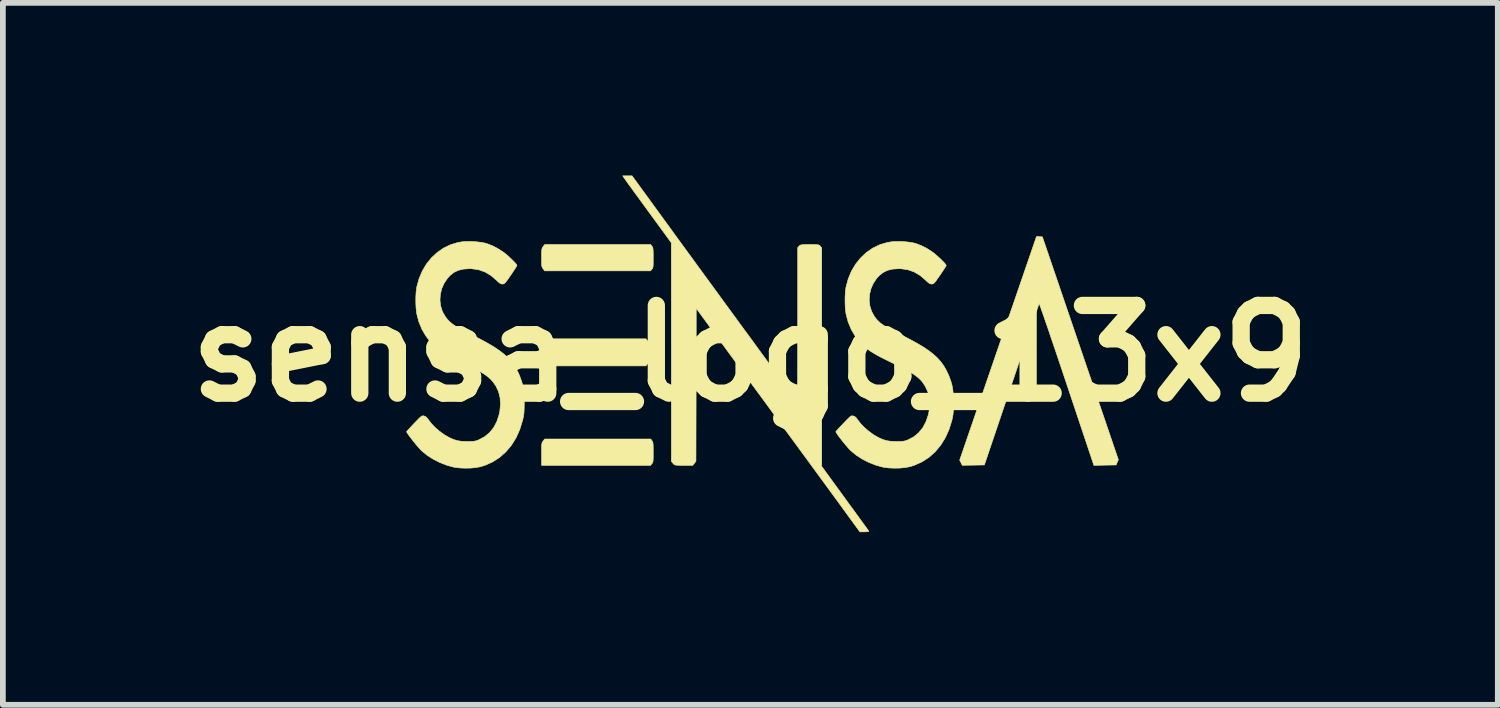
<source format=kicad_pcb>
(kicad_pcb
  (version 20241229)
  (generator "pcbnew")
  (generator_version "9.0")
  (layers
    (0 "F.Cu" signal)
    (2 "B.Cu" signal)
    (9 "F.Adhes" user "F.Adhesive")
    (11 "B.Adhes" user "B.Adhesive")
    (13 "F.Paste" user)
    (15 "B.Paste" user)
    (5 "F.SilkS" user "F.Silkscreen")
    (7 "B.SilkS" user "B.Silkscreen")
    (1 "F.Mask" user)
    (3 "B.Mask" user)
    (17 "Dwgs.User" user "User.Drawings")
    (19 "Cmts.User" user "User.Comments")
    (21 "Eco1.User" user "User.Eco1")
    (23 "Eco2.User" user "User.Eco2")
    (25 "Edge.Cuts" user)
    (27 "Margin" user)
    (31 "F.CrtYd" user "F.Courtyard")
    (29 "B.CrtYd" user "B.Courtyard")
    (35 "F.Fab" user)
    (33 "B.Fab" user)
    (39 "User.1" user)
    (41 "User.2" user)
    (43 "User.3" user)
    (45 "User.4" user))
  (footprint "sensa_logo_13x9"
    (layer "F.Cu")
    (at 9.986 3.091)
    (property "Reference" "sensa_logo_13x9" (at 0 0 0) (layer "F.SilkS") (effects (font (size 1.524 1.524) (thickness 0.3))))
    (attr through_hole)
    (fp_poly (pts (xy -1.709 1.515) (xy -1.7 1.529) (xy -1.694 1.545) (xy -1.69 1.569) (xy -1.688 1.605) (xy -1.687 1.657) (xy -1.687 1.716) (xy -1.687 1.786) (xy -1.688 1.834) (xy -1.69 1.867) (xy -1.694 1.888) (xy -1.701 1.903) (xy -1.71 1.915) (xy -1.71 1.915) (xy -1.734 1.943) (xy -3.627 1.943) (xy -3.627 1.75) (xy -3.627 1.676) (xy -3.626 1.623) (xy -3.625 1.587) (xy -3.621 1.563) (xy -3.616 1.546) (xy -3.608 1.532) (xy -3.6 1.522) (xy -3.573 1.486) (xy -1.731 1.486) (xy -1.709 1.515)) (stroke (width 0.01) (type solid)) (fill yes) (layer "F.SilkS"))
    (fp_poly (pts (xy -1.786 -0.22) (xy -1.775 -0.205) (xy -1.767 -0.191) (xy -1.762 -0.172) (xy -1.759 -0.143) (xy -1.758 -0.1) (xy -1.758 -0.038) (xy -1.758 -0.019) (xy -1.758 0.049) (xy -1.759 0.096) (xy -1.761 0.128) (xy -1.765 0.149) (xy -1.772 0.164) (xy -1.783 0.178) (xy -1.786 0.182) (xy -1.815 0.216) (xy -3.562 0.216) (xy -3.627 0.132) (xy -3.627 -0.022) (xy -3.627 -0.087) (xy -3.626 -0.133) (xy -3.623 -0.163) (xy -3.618 -0.184) (xy -3.609 -0.202) (xy -3.601 -0.215) (xy -3.575 -0.254) (xy -1.815 -0.254) (xy -1.786 -0.22)) (stroke (width 0.01) (type solid)) (fill yes) (layer "F.SilkS"))
    (fp_poly (pts (xy -1.709 -1.863) (xy -1.7 -1.849) (xy -1.694 -1.833) (xy -1.69 -1.809) (xy -1.688 -1.774) (xy -1.687 -1.721) (xy -1.687 -1.662) (xy -1.687 -1.593) (xy -1.688 -1.544) (xy -1.69 -1.511) (xy -1.694 -1.49) (xy -1.701 -1.475) (xy -1.71 -1.463) (xy -1.71 -1.463) (xy -1.734 -1.435) (xy -2.653 -1.435) (xy -3.573 -1.435) (xy -3.6 -1.471) (xy -3.611 -1.487) (xy -3.619 -1.503) (xy -3.624 -1.524) (xy -3.626 -1.555) (xy -3.627 -1.602) (xy -3.627 -1.664) (xy -3.627 -1.73) (xy -3.626 -1.775) (xy -3.623 -1.806) (xy -3.618 -1.826) (xy -3.611 -1.842) (xy -3.6 -1.857) (xy -3.573 -1.892) (xy -1.731 -1.892) (xy -1.709 -1.863)) (stroke (width 0.01) (type solid)) (fill yes) (layer "F.SilkS"))
    (fp_poly (pts (xy 5.023 -2.029) (xy 5.074 -2.026) (xy 5.734 -0.09) (xy 6.394 1.846) (xy 6.374 1.891) (xy 6.355 1.937) (xy 6.162 1.94) (xy 5.969 1.944) (xy 5.497 0.533) (xy 5.437 0.354) (xy 5.379 0.181) (xy 5.324 0.017) (xy 5.271 -0.138) (xy 5.222 -0.282) (xy 5.178 -0.414) (xy 5.137 -0.531) (xy 5.102 -0.634) (xy 5.072 -0.719) (xy 5.048 -0.787) (xy 5.031 -0.835) (xy 5.021 -0.861) (xy 5.018 -0.867) (xy 5.013 -0.854) (xy 5.001 -0.82) (xy 4.982 -0.764) (xy 4.956 -0.69) (xy 4.925 -0.598) (xy 4.888 -0.49) (xy 4.846 -0.367) (xy 4.8 -0.231) (xy 4.749 -0.084) (xy 4.696 0.075) (xy 4.639 0.242) (xy 4.58 0.417) (xy 4.538 0.54) (xy 4.066 1.937) (xy 3.875 1.94) (xy 3.683 1.943) (xy 3.637 1.853) (xy 4.304 -0.09) (xy 4.972 -2.033) (xy 5.023 -2.029)) (stroke (width 0.01) (type solid)) (fill yes) (layer "F.SilkS"))
    (fp_poly (pts (xy -1.406 -2.195) (xy -1.296 -2.043) (xy -1.177 -1.88) (xy -1.052 -1.709) (xy -0.923 -1.532) (xy -0.793 -1.354) (xy -0.664 -1.178) (xy -0.539 -1.006) (xy -0.42 -0.843) (xy -0.309 -0.692) (xy -0.209 -0.555) (xy -0.193 -0.533) (xy -0.1 -0.405) (xy -0.005 -0.277) (xy 0.088 -0.149) (xy 0.179 -0.024) (xy 0.266 0.095) (xy 0.348 0.207) (xy 0.422 0.308) (xy 0.488 0.398) (xy 0.543 0.474) (xy 0.587 0.533) (xy 0.589 0.537) (xy 0.643 0.61) (xy 0.692 0.676) (xy 0.735 0.734) (xy 0.771 0.782) (xy 0.797 0.816) (xy 0.812 0.834) (xy 0.815 0.837) (xy 0.816 0.825) (xy 0.817 0.789) (xy 0.818 0.731) (xy 0.819 0.652) (xy 0.82 0.555) (xy 0.821 0.44) (xy 0.821 0.31) (xy 0.822 0.167) (xy 0.822 0.011) (xy 0.823 -0.156) (xy 0.823 -0.331) (xy 0.823 -0.499) (xy 0.823 -1.837) (xy 0.846 -1.865) (xy 0.856 -1.875) (xy 0.868 -1.882) (xy 0.885 -1.887) (xy 0.911 -1.89) (xy 0.948 -1.892) (xy 1.001 -1.892) (xy 1.033 -1.892) (xy 1.094 -1.892) (xy 1.138 -1.891) (xy 1.168 -1.889) (xy 1.188 -1.885) (xy 1.202 -1.879) (xy 1.211 -1.871) (xy 1.217 -1.863) (xy 1.24 -1.834) (xy 1.24 0.064) (xy 1.24 1.962) (xy 1.647 2.521) (xy 1.72 2.622) (xy 1.79 2.717) (xy 1.854 2.805) (xy 1.911 2.884) (xy 1.961 2.953) (xy 2.002 3.009) (xy 2.033 3.052) (xy 2.052 3.079) (xy 2.059 3.089) (xy 2.052 3.094) (xy 2.029 3.097) (xy 1.995 3.099) (xy 1.983 3.099) (xy 1.903 3.099) (xy 1.512 2.562) (xy 1.443 2.468) (xy 1.369 2.367) (xy 1.29 2.258) (xy 1.203 2.14) (xy 1.11 2.013) (xy 1.009 1.875) (xy 0.9 1.726) (xy 0.782 1.565) (xy 0.655 1.392) (xy 0.518 1.205) (xy 0.371 1.004) (xy 0.213 0.788) (xy 0.043 0.557) (xy -0.138 0.309) (xy -0.333 0.044) (xy -0.54 -0.239) (xy -0.549 -0.251) (xy -0.94 -0.784) (xy -0.942 0.544) (xy -0.945 1.872) (xy -0.972 1.908) (xy -0.999 1.943) (xy -1.157 1.943) (xy -1.217 1.943) (xy -1.26 1.942) (xy -1.289 1.94) (xy -1.309 1.936) (xy -1.323 1.93) (xy -1.334 1.92) (xy -1.343 1.909) (xy -1.372 1.875) (xy -1.372 -0.025) (xy -1.373 -1.924) (xy -1.754 -2.445) (xy -1.826 -2.544) (xy -1.895 -2.639) (xy -1.96 -2.728) (xy -2.02 -2.809) (xy -2.071 -2.881) (xy -2.115 -2.94) (xy -2.148 -2.986) (xy -2.169 -3.017) (xy -2.176 -3.026) (xy -2.217 -3.086) (xy -2.055 -3.086) (xy -1.406 -2.195)) (stroke (width 0.01) (type solid)) (fill yes) (layer "F.SilkS"))
    (fp_poly (pts (xy -4.838 -1.945) (xy -4.754 -1.94) (xy -4.674 -1.93) (xy -4.606 -1.917) (xy -4.587 -1.912) (xy -4.489 -1.875) (xy -4.387 -1.823) (xy -4.288 -1.758) (xy -4.285 -1.756) (xy -4.246 -1.725) (xy -4.203 -1.688) (xy -4.161 -1.649) (xy -4.121 -1.61) (xy -4.088 -1.576) (xy -4.065 -1.549) (xy -4.055 -1.532) (xy -4.055 -1.53) (xy -4.061 -1.517) (xy -4.078 -1.488) (xy -4.105 -1.447) (xy -4.138 -1.397) (xy -4.162 -1.362) (xy -4.202 -1.304) (xy -4.232 -1.262) (xy -4.254 -1.235) (xy -4.271 -1.218) (xy -4.284 -1.21) (xy -4.298 -1.207) (xy -4.307 -1.206) (xy -4.331 -1.21) (xy -4.355 -1.223) (xy -4.386 -1.248) (xy -4.409 -1.271) (xy -4.507 -1.355) (xy -4.61 -1.416) (xy -4.721 -1.455) (xy -4.84 -1.472) (xy -4.881 -1.473) (xy -4.984 -1.466) (xy -5.073 -1.445) (xy -5.15 -1.408) (xy -5.218 -1.354) (xy -5.261 -1.307) (xy -5.321 -1.218) (xy -5.363 -1.123) (xy -5.386 -1.024) (xy -5.392 -0.923) (xy -5.38 -0.824) (xy -5.35 -0.729) (xy -5.301 -0.642) (xy -5.267 -0.598) (xy -5.239 -0.567) (xy -5.209 -0.539) (xy -5.176 -0.512) (xy -5.137 -0.485) (xy -5.089 -0.455) (xy -5.03 -0.422) (xy -4.958 -0.384) (xy -4.871 -0.34) (xy -4.826 -0.317) (xy -4.684 -0.244) (xy -4.559 -0.176) (xy -4.451 -0.112) (xy -4.358 -0.049) (xy -4.278 0.013) (xy -4.21 0.075) (xy -4.152 0.14) (xy -4.102 0.208) (xy -4.059 0.281) (xy -4.02 0.36) (xy -4.004 0.4) (xy -3.975 0.479) (xy -3.954 0.553) (xy -3.94 0.629) (xy -3.932 0.714) (xy -3.928 0.814) (xy -3.928 0.864) (xy -3.929 0.941) (xy -3.931 1) (xy -3.934 1.047) (xy -3.941 1.09) (xy -3.95 1.135) (xy -3.956 1.16) (xy -4.005 1.319) (xy -4.07 1.465) (xy -4.151 1.595) (xy -4.247 1.709) (xy -4.356 1.806) (xy -4.477 1.884) (xy -4.61 1.943) (xy -4.691 1.968) (xy -4.768 1.982) (xy -4.858 1.991) (xy -4.953 1.993) (xy -5.047 1.989) (xy -5.132 1.979) (xy -5.156 1.974) (xy -5.276 1.941) (xy -5.396 1.894) (xy -5.512 1.835) (xy -5.618 1.767) (xy -5.709 1.692) (xy -5.712 1.69) (xy -5.739 1.661) (xy -5.774 1.622) (xy -5.812 1.577) (xy -5.851 1.529) (xy -5.889 1.48) (xy -5.923 1.436) (xy -5.95 1.398) (xy -5.967 1.372) (xy -5.972 1.359) (xy -5.964 1.348) (xy -5.942 1.324) (xy -5.91 1.289) (xy -5.871 1.247) (xy -5.839 1.213) (xy -5.791 1.164) (xy -5.756 1.128) (xy -5.73 1.104) (xy -5.711 1.09) (xy -5.697 1.084) (xy -5.683 1.083) (xy -5.669 1.086) (xy -5.64 1.097) (xy -5.614 1.121) (xy -5.592 1.152) (xy -5.541 1.218) (xy -5.476 1.286) (xy -5.402 1.35) (xy -5.323 1.407) (xy -5.3 1.422) (xy -5.223 1.465) (xy -5.155 1.495) (xy -5.089 1.515) (xy -5.018 1.526) (xy -4.934 1.529) (xy -4.923 1.53) (xy -4.863 1.529) (xy -4.819 1.527) (xy -4.783 1.522) (xy -4.75 1.513) (xy -4.716 1.5) (xy -4.617 1.447) (xy -4.531 1.376) (xy -4.46 1.289) (xy -4.405 1.185) (xy -4.366 1.067) (xy -4.352 1.003) (xy -4.341 0.882) (xy -4.348 0.769) (xy -4.374 0.664) (xy -4.42 0.566) (xy -4.474 0.489) (xy -4.505 0.455) (xy -4.54 0.421) (xy -4.582 0.388) (xy -4.632 0.353) (xy -4.693 0.317) (xy -4.767 0.276) (xy -4.855 0.231) (xy -4.96 0.179) (xy -4.989 0.165) (xy -5.092 0.114) (xy -5.179 0.071) (xy -5.252 0.032) (xy -5.313 -0.003) (xy -5.365 -0.036) (xy -5.412 -0.068) (xy -5.454 -0.101) (xy -5.455 -0.101) (xy -5.551 -0.193) (xy -5.635 -0.3) (xy -5.705 -0.42) (xy -5.759 -0.549) (xy -5.794 -0.683) (xy -5.798 -0.704) (xy -5.807 -0.784) (xy -5.812 -0.877) (xy -5.812 -0.974) (xy -5.807 -1.065) (xy -5.797 -1.142) (xy -5.796 -1.152) (xy -5.756 -1.297) (xy -5.7 -1.431) (xy -5.628 -1.553) (xy -5.541 -1.661) (xy -5.441 -1.754) (xy -5.33 -1.831) (xy -5.209 -1.889) (xy -5.08 -1.928) (xy -4.993 -1.942) (xy -4.92 -1.946) (xy -4.838 -1.945)) (stroke (width 0.01) (type solid)) (fill yes) (layer "F.SilkS"))
    (fp_poly (pts (xy 2.619 -1.945) (xy 2.703 -1.94) (xy 2.783 -1.93) (xy 2.852 -1.917) (xy 2.87 -1.912) (xy 2.968 -1.875) (xy 3.071 -1.823) (xy 3.169 -1.758) (xy 3.172 -1.756) (xy 3.211 -1.725) (xy 3.254 -1.688) (xy 3.297 -1.649) (xy 3.336 -1.61) (xy 3.369 -1.576) (xy 3.393 -1.549) (xy 3.403 -1.532) (xy 3.403 -1.53) (xy 3.397 -1.517) (xy 3.379 -1.488) (xy 3.353 -1.447) (xy 3.32 -1.397) (xy 3.296 -1.362) (xy 3.255 -1.304) (xy 3.226 -1.262) (xy 3.204 -1.235) (xy 3.187 -1.218) (xy 3.173 -1.21) (xy 3.159 -1.207) (xy 3.15 -1.206) (xy 3.126 -1.21) (xy 3.102 -1.223) (xy 3.072 -1.248) (xy 3.048 -1.271) (xy 2.95 -1.355) (xy 2.847 -1.416) (xy 2.737 -1.455) (xy 2.617 -1.472) (xy 2.576 -1.473) (xy 2.473 -1.466) (xy 2.385 -1.445) (xy 2.308 -1.408) (xy 2.24 -1.354) (xy 2.196 -1.307) (xy 2.137 -1.218) (xy 2.095 -1.123) (xy 2.071 -1.024) (xy 2.065 -0.923) (xy 2.077 -0.824) (xy 2.108 -0.729) (xy 2.156 -0.642) (xy 2.19 -0.598) (xy 2.219 -0.567) (xy 2.248 -0.539) (xy 2.281 -0.512) (xy 2.321 -0.485) (xy 2.369 -0.455) (xy 2.427 -0.422) (xy 2.499 -0.384) (xy 2.587 -0.34) (xy 2.631 -0.317) (xy 2.774 -0.244) (xy 2.898 -0.176) (xy 3.006 -0.112) (xy 3.099 -0.049) (xy 3.179 0.013) (xy 3.247 0.075) (xy 3.306 0.14) (xy 3.356 0.208) (xy 3.399 0.281) (xy 3.437 0.36) (xy 3.454 0.4) (xy 3.483 0.479) (xy 3.504 0.553) (xy 3.518 0.629) (xy 3.526 0.714) (xy 3.529 0.814) (xy 3.529 0.864) (xy 3.529 0.941) (xy 3.527 1) (xy 3.523 1.047) (xy 3.517 1.09) (xy 3.508 1.135) (xy 3.502 1.16) (xy 3.453 1.319) (xy 3.387 1.465) (xy 3.306 1.595) (xy 3.211 1.709) (xy 3.102 1.806) (xy 2.98 1.884) (xy 2.847 1.943) (xy 2.767 1.968) (xy 2.689 1.982) (xy 2.6 1.991) (xy 2.504 1.993) (xy 2.41 1.989) (xy 2.325 1.979) (xy 2.301 1.974) (xy 2.181 1.941) (xy 2.061 1.894) (xy 1.945 1.835) (xy 1.84 1.767) (xy 1.749 1.692) (xy 1.746 1.69) (xy 1.718 1.661) (xy 1.684 1.622) (xy 1.645 1.577) (xy 1.606 1.529) (xy 1.568 1.48) (xy 1.534 1.436) (xy 1.508 1.398) (xy 1.49 1.372) (xy 1.486 1.359) (xy 1.494 1.348) (xy 1.515 1.324) (xy 1.547 1.289) (xy 1.587 1.247) (xy 1.619 1.213) (xy 1.666 1.164) (xy 1.702 1.128) (xy 1.727 1.104) (xy 1.746 1.09) (xy 1.761 1.084) (xy 1.774 1.083) (xy 1.788 1.086) (xy 1.817 1.097) (xy 1.843 1.121) (xy 1.865 1.152) (xy 1.916 1.218) (xy 1.981 1.286) (xy 2.056 1.35) (xy 2.134 1.407) (xy 2.158 1.422) (xy 2.234 1.465) (xy 2.302 1.495) (xy 2.368 1.515) (xy 2.44 1.526) (xy 2.523 1.529) (xy 2.535 1.53) (xy 2.594 1.529) (xy 2.639 1.527) (xy 2.674 1.522) (xy 2.707 1.513) (xy 2.741 1.5) (xy 2.841 1.447) (xy 2.926 1.376) (xy 2.997 1.289) (xy 3.052 1.185) (xy 3.092 1.067) (xy 3.105 1.003) (xy 3.117 0.882) (xy 3.109 0.769) (xy 3.083 0.664) (xy 3.037 0.566) (xy 2.984 0.489) (xy 2.953 0.455) (xy 2.917 0.421) (xy 2.875 0.388) (xy 2.825 0.353) (xy 2.764 0.317) (xy 2.691 0.276) (xy 2.602 0.231) (xy 2.498 0.179) (xy 2.469 0.165) (xy 2.365 0.114) (xy 2.279 0.071) (xy 2.206 0.032) (xy 2.145 -0.003) (xy 2.092 -0.036) (xy 2.046 -0.068) (xy 2.003 -0.101) (xy 2.003 -0.101) (xy 1.906 -0.193) (xy 1.822 -0.3) (xy 1.752 -0.42) (xy 1.699 -0.549) (xy 1.663 -0.683) (xy 1.66 -0.704) (xy 1.65 -0.784) (xy 1.646 -0.877) (xy 1.646 -0.974) (xy 1.651 -1.065) (xy 1.66 -1.142) (xy 1.662 -1.152) (xy 1.701 -1.297) (xy 1.757 -1.431) (xy 1.83 -1.553) (xy 1.917 -1.661) (xy 2.016 -1.754) (xy 2.127 -1.831) (xy 2.248 -1.889) (xy 2.377 -1.928) (xy 2.465 -1.942) (xy 2.537 -1.946) (xy 2.619 -1.945)) (stroke (width 0.01) (type solid)) (fill yes) (layer "F.SilkS")))
  (gr_rect
    (start -3 -3)
    (end 22.972 9.195)
    (stroke (width 0.1) (type default))
    (fill no)
    (layer "Edge.Cuts")))
</source>
